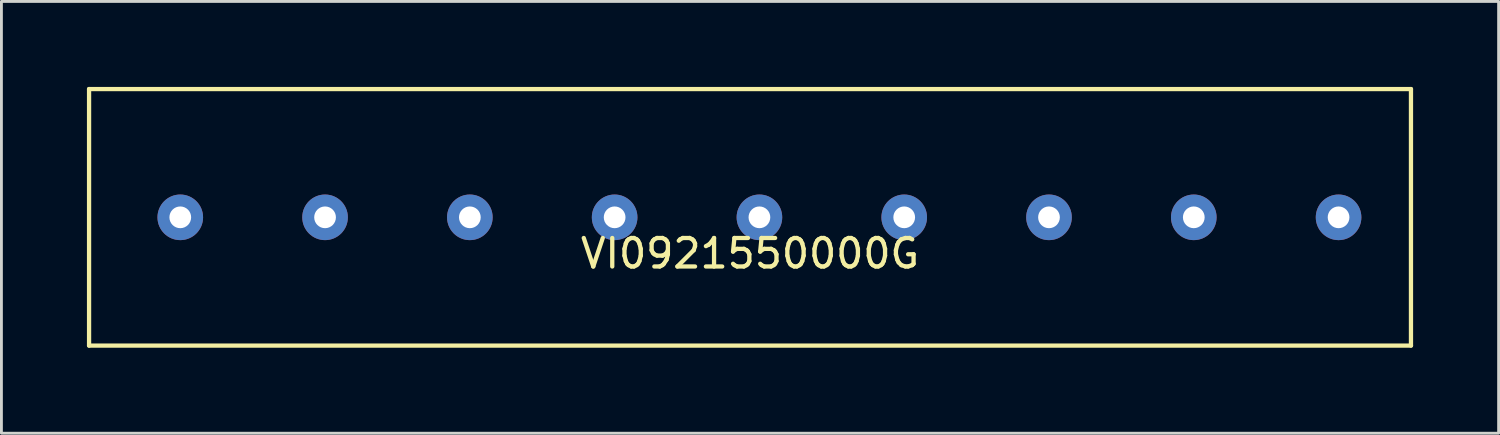
<source format=kicad_pcb>
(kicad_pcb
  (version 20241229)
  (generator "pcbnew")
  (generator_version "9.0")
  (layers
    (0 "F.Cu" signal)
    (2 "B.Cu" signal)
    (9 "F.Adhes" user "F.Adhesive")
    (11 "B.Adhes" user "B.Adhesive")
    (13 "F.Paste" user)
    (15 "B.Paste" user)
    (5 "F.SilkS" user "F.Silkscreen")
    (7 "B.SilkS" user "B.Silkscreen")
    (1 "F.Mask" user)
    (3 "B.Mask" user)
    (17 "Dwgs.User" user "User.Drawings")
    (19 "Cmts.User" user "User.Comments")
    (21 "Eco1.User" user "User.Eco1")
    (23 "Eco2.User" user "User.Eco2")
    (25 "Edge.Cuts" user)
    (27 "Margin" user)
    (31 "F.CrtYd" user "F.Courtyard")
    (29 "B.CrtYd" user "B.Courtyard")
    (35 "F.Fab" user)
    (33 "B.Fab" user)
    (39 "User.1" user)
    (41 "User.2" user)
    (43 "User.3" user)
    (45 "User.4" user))
  (footprint "VI0921550000G"
    (layer "F.Cu")
    (at 23.265 4.575)
    (property "Reference" "VI0921550000G" (at 0 1.27 0) (layer "F.SilkS") (effects (font (size 1 1) (thickness 0.15))))
    (attr through_hole)
    (fp_line (start -23.19 -4.5) (end -23.19 4.5) (stroke (width 0.15) (type solid)) (layer "F.SilkS"))
    (fp_line (start -23.19 -4.5) (end 23.19 -4.5) (stroke (width 0.15) (type solid)) (layer "F.SilkS"))
    (fp_line (start -23.19 4.5) (end 23.19 4.5) (stroke (width 0.15) (type solid)) (layer "F.SilkS"))
    (fp_line (start 23.19 -4.5) (end 23.19 4.5) (stroke (width 0.15) (type solid)) (layer "F.SilkS"))
    (pad "1" thru_hole circle (at 20.65 0) (size 1.6 1.6) (drill 0.762) (layers "*.Cu" "*.Mask"))
    (pad "2" thru_hole circle (at 15.57 0) (size 1.6 1.6) (drill 0.762) (layers "*.Cu" "*.Mask"))
    (pad "3" thru_hole circle (at 10.49 0) (size 1.6 1.6) (drill 0.762) (layers "*.Cu" "*.Mask"))
    (pad "4" thru_hole circle (at 5.41 0) (size 1.6 1.6) (drill 0.762) (layers "*.Cu" "*.Mask"))
    (pad "5" thru_hole circle (at 0.33 0) (size 1.6 1.6) (drill 0.762) (layers "*.Cu" "*.Mask"))
    (pad "6" thru_hole circle (at -4.75 0) (size 1.6 1.6) (drill 0.762) (layers "*.Cu" "*.Mask"))
    (pad "7" thru_hole circle (at -9.83 0) (size 1.6 1.6) (drill 0.762) (layers "*.Cu" "*.Mask"))
    (pad "8" thru_hole circle (at -14.91 0) (size 1.6 1.6) (drill 0.762) (layers "*.Cu" "*.Mask"))
    (pad "9" thru_hole circle (at -19.99 0) (size 1.6 1.6) (drill 0.762) (layers "*.Cu" "*.Mask")))
  (gr_rect
    (start -3 -3)
    (end 49.53 12.15)
    (stroke (width 0.1) (type default))
    (fill no)
    (layer "Edge.Cuts")))
</source>
